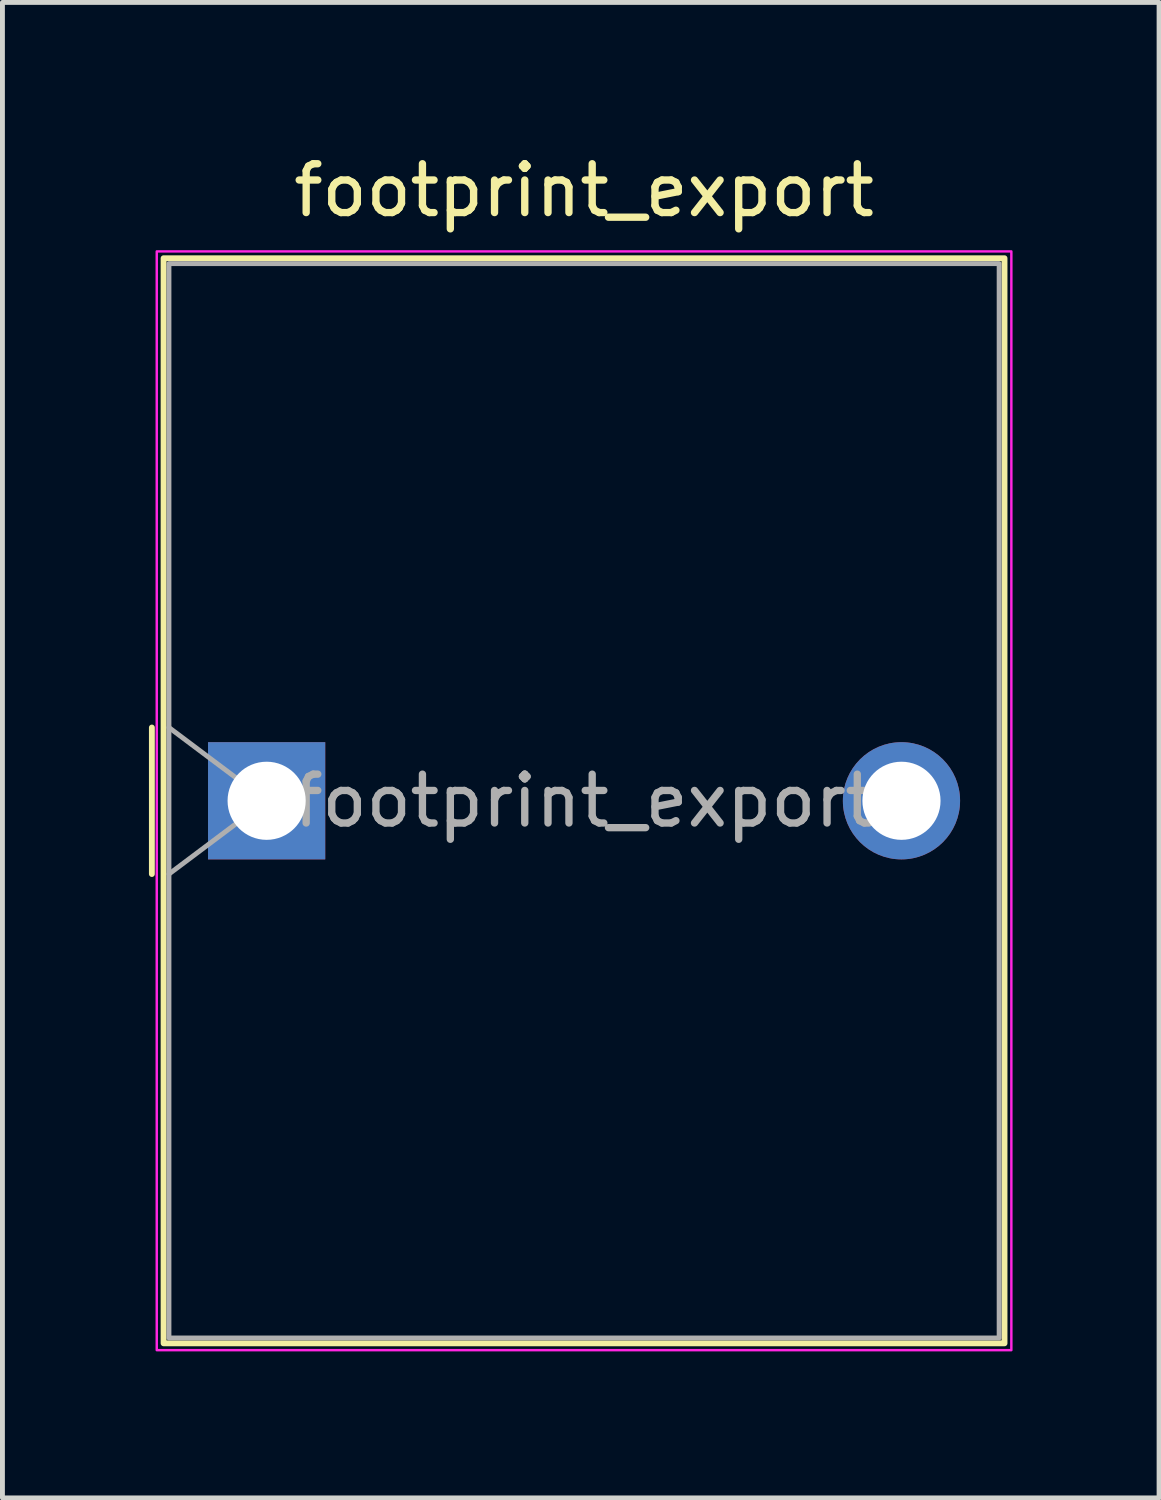
<source format=kicad_pcb>
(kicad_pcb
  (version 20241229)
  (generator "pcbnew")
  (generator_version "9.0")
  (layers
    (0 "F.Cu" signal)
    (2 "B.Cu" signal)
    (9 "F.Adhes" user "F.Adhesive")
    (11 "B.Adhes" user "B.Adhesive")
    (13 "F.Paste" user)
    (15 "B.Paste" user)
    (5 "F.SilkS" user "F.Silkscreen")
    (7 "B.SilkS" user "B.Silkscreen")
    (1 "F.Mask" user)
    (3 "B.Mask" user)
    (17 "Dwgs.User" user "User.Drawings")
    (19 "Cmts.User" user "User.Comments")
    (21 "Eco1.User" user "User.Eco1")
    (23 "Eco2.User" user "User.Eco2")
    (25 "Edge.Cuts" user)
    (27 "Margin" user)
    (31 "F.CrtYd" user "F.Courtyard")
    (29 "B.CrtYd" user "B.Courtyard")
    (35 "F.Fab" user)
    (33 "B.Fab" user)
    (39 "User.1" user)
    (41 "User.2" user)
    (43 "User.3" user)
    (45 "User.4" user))
  (footprint "footprint_export"
    (layer "F.Cu")
    (at 2.41 13.348)
    (property "Reference" "footprint_export" (at 6.5 -12.5 0) (unlocked yes) (layer "F.SilkS") (effects (font (size 1 1) (thickness 0.15))))
    (attr through_hole)
    (fp_line (start -2.35 -1.5) (end -2.35 1.5) (stroke (width 0.12) (type solid)) (layer "F.SilkS"))
    (fp_rect (start -2.11 -11.11) (end 15.11 11.11) (stroke (width 0.12) (type solid)) (fill no) (layer "F.SilkS"))
    (fp_rect (start -2.25 -11.25) (end 15.25 11.25) (stroke (width 0.05) (type solid)) (fill no) (layer "F.CrtYd"))
    (fp_line (start -2 -1.5) (end 0 0) (stroke (width 0.1) (type solid)) (layer "F.Fab"))
    (fp_line (start 0 0) (end -2 1.5) (stroke (width 0.1) (type solid)) (layer "F.Fab"))
    (fp_rect (start -2 -11) (end 15 11) (stroke (width 0.1) (type solid)) (fill no) (layer "F.Fab"))
    (fp_text user "${REFERENCE}" (at 6.5 0 0) (unlocked yes) (layer "F.Fab") (effects (font (size 1 1) (thickness 0.15))))
    (pad "1" thru_hole rect (at 0 0) (size 2.4 2.4) (drill 1.6) (layers "*.Cu" "*.Mask"))
    (pad "2" thru_hole circle (at 13 0) (size 2.4 2.4) (drill 1.6) (layers "*.Cu" "*.Mask")))
  (gr_rect
    (start -3 -3)
    (end 20.685 27.623)
    (stroke (width 0.1) (type default))
    (fill no)
    (layer "Edge.Cuts")))
</source>
